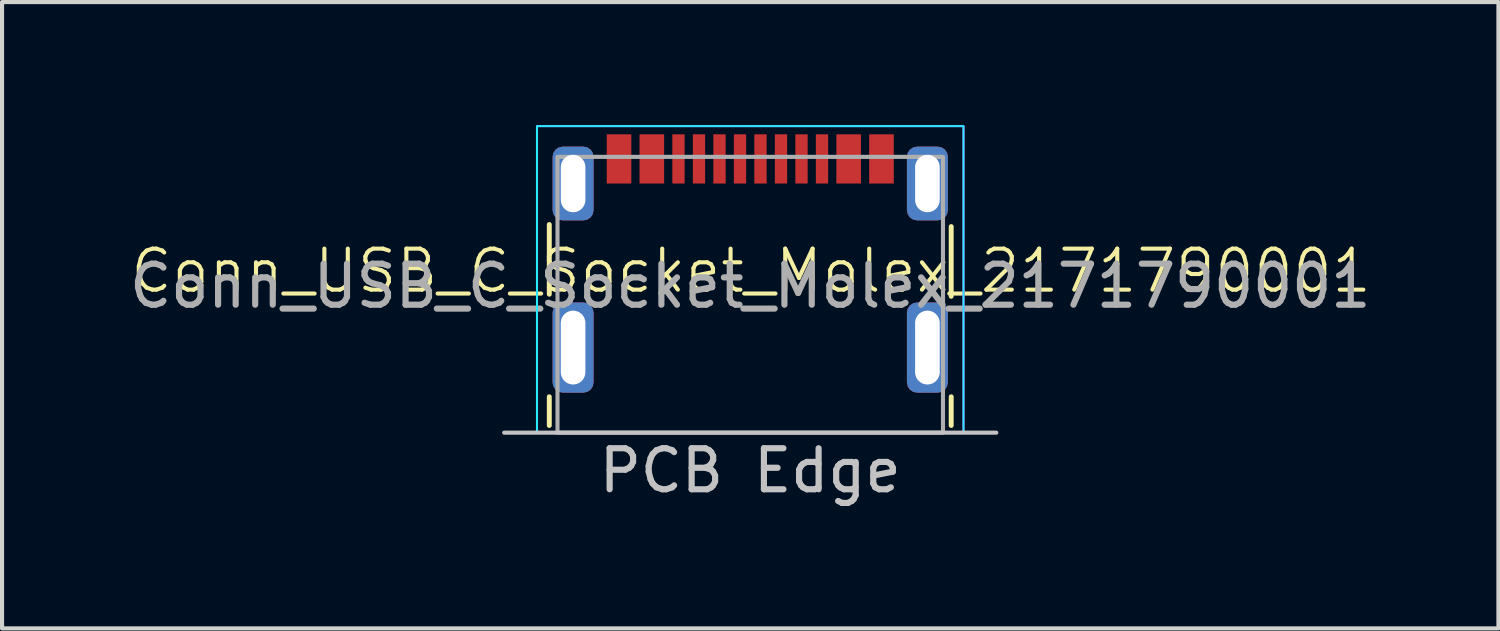
<source format=kicad_pcb>
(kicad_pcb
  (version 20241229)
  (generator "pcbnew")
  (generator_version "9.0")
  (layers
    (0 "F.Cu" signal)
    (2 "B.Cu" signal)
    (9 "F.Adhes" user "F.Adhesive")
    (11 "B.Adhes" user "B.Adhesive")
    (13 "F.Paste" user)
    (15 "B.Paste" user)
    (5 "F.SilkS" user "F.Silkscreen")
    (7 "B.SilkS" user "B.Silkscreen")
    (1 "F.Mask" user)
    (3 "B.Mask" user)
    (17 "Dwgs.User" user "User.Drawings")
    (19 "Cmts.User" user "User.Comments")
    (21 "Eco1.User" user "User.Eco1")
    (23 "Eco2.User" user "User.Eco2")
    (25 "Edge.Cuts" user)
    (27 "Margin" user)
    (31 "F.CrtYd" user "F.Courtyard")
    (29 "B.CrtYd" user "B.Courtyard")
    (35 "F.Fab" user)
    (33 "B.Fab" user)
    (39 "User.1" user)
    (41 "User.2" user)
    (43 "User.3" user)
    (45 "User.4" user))
  (footprint "Conn_USB_C_Socket_Molex_2171790001"
    (layer "F.Cu")
    (at 15.294 0.845)
    (property "Reference" "Conn_USB_C_Socket_Molex_2171790001" (at -0.03 2.71 0) (unlocked yes) (layer "F.SilkS") (effects (font (size 1 1) (thickness 0.1))))
    (attr smd)
    (fp_line (start -4.95 1.58) (end -4.95 3.28) (stroke (width 0.12) (type solid)) (layer "F.SilkS"))
    (fp_line (start -4.95 6.48) (end -4.95 5.78) (stroke (width 0.12) (type solid)) (layer "F.SilkS"))
    (fp_line (start 4.85 1.63) (end 4.85 3.33) (stroke (width 0.12) (type solid)) (layer "F.SilkS"))
    (fp_line (start 4.85 6.48) (end 4.85 5.78) (stroke (width 0.12) (type solid)) (layer "F.SilkS"))
    (fp_line (start 5.95 6.655) (end -6.05 6.655) (stroke (width 0.1) (type solid)) (layer "Dwgs.User"))
    (fp_rect (start -5.25 -0.82) (end 5.15 6.655) (stroke (width 0.05) (type solid)) (fill no) (layer "B.CrtYd"))
    (fp_rect (start -5.25 -0.82) (end 5.15 6.655) (stroke (width 0.05) (type solid)) (fill no) (layer "F.CrtYd"))
    (fp_rect (start -4.75 -0.07) (end 4.65 6.655) (stroke (width 0.1) (type solid)) (fill no) (layer "F.Fab"))
    (fp_text user "PCB Edge" (at -0.05 7.58 0) (unlocked yes) (layer "Dwgs.User") (effects (font (size 1 1) (thickness 0.15))))
    (fp_text user "${REFERENCE}" (at -0.05 3.08 0) (unlocked yes) (layer "F.Fab") (effects (font (size 1 1) (thickness 0.15))))
    (pad "A1" smd rect (at -3.25 -0.02) (size 0.6 1.2) (layers "F.Cu" "F.Mask" "F.Paste"))
    (pad "A1" smd rect (at 3.15 -0.02) (size 0.6 1.2) (layers "F.Cu" "F.Mask" "F.Paste"))
    (pad "A4" smd rect (at -2.45 -0.02) (size 0.6 1.2) (layers "F.Cu" "F.Mask" "F.Paste"))
    (pad "A4" smd rect (at 2.35 -0.02) (size 0.6 1.2) (layers "F.Cu" "F.Mask" "F.Paste"))
    (pad "A5" smd rect (at -1.3 -0.02) (size 0.3 1.2) (layers "F.Cu" "F.Mask" "F.Paste"))
    (pad "A6" smd rect (at -0.3 -0.02) (size 0.3 1.2) (layers "F.Cu" "F.Mask" "F.Paste"))
    (pad "A7" smd rect (at 0.2 -0.02) (size 0.3 1.2) (layers "F.Cu" "F.Mask" "F.Paste"))
    (pad "A8" smd rect (at 1.2 -0.02) (size 0.3 1.2) (layers "F.Cu" "F.Mask" "F.Paste"))
    (pad "B5" smd rect (at 1.7 -0.02) (size 0.3 1.2) (layers "F.Cu" "F.Mask" "F.Paste"))
    (pad "B6" smd rect (at 0.7 -0.02) (size 0.3 1.2) (layers "F.Cu" "F.Mask" "F.Paste"))
    (pad "B7" smd rect (at -0.8 -0.02) (size 0.3 1.2) (layers "F.Cu" "F.Mask" "F.Paste"))
    (pad "B8" smd rect (at -1.8 -0.02) (size 0.3 1.2) (layers "F.Cu" "F.Mask" "F.Paste"))
    (pad "S1" thru_hole roundrect (at -4.37 0.58) (size 1 1.8) (drill oval 0.6 1.4) (layers "*.Cu" "*.Mask" "F.Paste") (roundrect_rratio 0.25))
    (pad "S1" thru_hole roundrect (at -4.37 4.58) (size 1 2.2) (drill oval 0.6 1.8) (layers "*.Cu" "*.Mask" "F.Paste") (roundrect_rratio 0.25))
    (pad "S1" thru_hole roundrect (at 4.27 0.58) (size 1 1.8) (drill oval 0.6 1.4) (layers "*.Cu" "*.Mask" "F.Paste") (roundrect_rratio 0.25))
    (pad "S1" thru_hole roundrect (at 4.27 4.58) (size 1 2.2) (drill oval 0.6 1.8) (layers "*.Cu" "*.Mask" "F.Paste") (roundrect_rratio 0.25)))
  (gr_rect
    (start -3 -3)
    (end 33.488 12.273)
    (stroke (width 0.1) (type default))
    (fill no)
    (layer "Edge.Cuts")))
</source>
